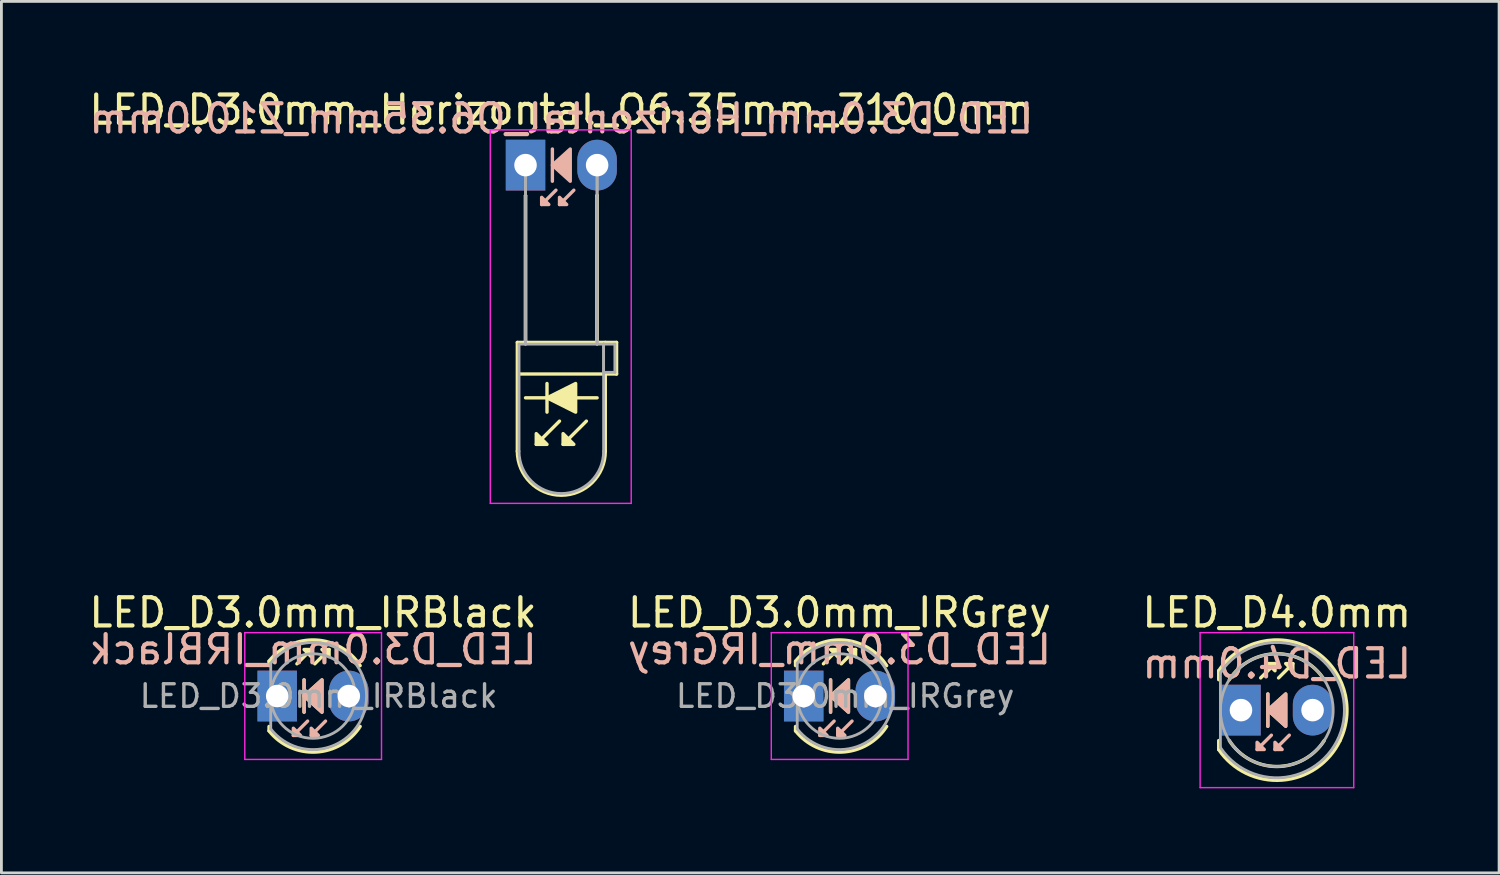
<source format=kicad_pcb>
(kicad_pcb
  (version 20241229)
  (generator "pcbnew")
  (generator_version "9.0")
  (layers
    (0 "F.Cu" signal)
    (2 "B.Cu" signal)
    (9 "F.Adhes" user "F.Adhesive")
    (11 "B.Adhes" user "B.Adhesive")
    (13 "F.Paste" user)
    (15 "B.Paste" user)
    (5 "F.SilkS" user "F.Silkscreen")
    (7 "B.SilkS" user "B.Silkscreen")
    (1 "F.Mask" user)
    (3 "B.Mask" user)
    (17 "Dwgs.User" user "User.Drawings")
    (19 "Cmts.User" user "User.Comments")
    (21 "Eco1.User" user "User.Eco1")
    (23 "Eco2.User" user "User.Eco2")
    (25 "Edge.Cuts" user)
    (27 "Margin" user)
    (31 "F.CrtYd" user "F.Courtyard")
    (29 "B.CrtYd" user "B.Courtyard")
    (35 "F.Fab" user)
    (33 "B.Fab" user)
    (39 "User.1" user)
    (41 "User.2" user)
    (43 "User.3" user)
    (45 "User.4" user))
  (footprint "LED_D3.0mm_Horizontal_O6.35mm_Z10.0mm"
    (layer "F.Cu")
    (at 15.593 2.808)
    (property "Reference" "LED_D3.0mm_Horizontal_O6.35mm_Z10.0mm" (at 1.27 -1.96 0) (layer "F.SilkS") (effects (font (size 1 1) (thickness 0.15))))
    (fp_line (start -0.29 6.29) (end -0.29 10.15) (stroke (width 0.12) (type solid)) (layer "F.SilkS"))
    (fp_line (start -0.29 6.29) (end 2.83 6.29) (stroke (width 0.12) (type solid)) (layer "F.SilkS"))
    (fp_line (start 0 1.08) (end 0 1.08) (stroke (width 0.12) (type solid)) (layer "F.SilkS"))
    (fp_line (start 0 1.08) (end 0 6.29) (stroke (width 0.12) (type solid)) (layer "F.SilkS"))
    (fp_line (start 0 6.29) (end 0 1.08) (stroke (width 0.12) (type solid)) (layer "F.SilkS"))
    (fp_line (start 0 6.29) (end 0 6.29) (stroke (width 0.12) (type solid)) (layer "F.SilkS"))
    (fp_line (start 0.762 7.747) (end 0.762 8.763) (stroke (width 0.12) (type solid)) (layer "F.SilkS"))
    (fp_line (start 1.206 9.081) (end 0.381 9.906) (stroke (width 0.12) (type solid)) (layer "F.SilkS"))
    (fp_line (start 2.159 9.081) (end 1.333 9.906) (stroke (width 0.12) (type solid)) (layer "F.SilkS"))
    (fp_line (start 2.54 1.08) (end 2.54 1.08) (stroke (width 0.12) (type solid)) (layer "F.SilkS"))
    (fp_line (start 2.54 1.08) (end 2.54 6.29) (stroke (width 0.12) (type solid)) (layer "F.SilkS"))
    (fp_line (start 2.54 6.29) (end 2.54 1.08) (stroke (width 0.12) (type solid)) (layer "F.SilkS"))
    (fp_line (start 2.54 6.29) (end 2.54 6.29) (stroke (width 0.12) (type solid)) (layer "F.SilkS"))
    (fp_line (start 2.54 8.255) (end 0 8.255) (stroke (width 0.12) (type solid)) (layer "F.SilkS"))
    (fp_line (start 2.83 6.29) (end 3.23 6.29) (stroke (width 0.12) (type solid)) (layer "F.SilkS"))
    (fp_line (start 2.83 7.41) (end 2.83 10.15) (stroke (width 0.12) (type solid)) (layer "F.SilkS"))
    (fp_line (start 3.23 6.29) (end 3.23 7.41) (stroke (width 0.12) (type solid)) (layer "F.SilkS"))
    (fp_line (start 3.23 7.41) (end -0.254 7.41) (stroke (width 0.12) (type solid)) (layer "F.SilkS"))
    (fp_arc (start 2.83 10.15) (mid 1.27 11.71) (end -0.29 10.15) (stroke (width 0.12) (type solid)) (layer "F.SilkS"))
    (fp_poly (pts (xy 0.381 9.525) (xy 0.762 9.906) (xy 0.381 9.906)) (stroke (width 0.12) (type solid)) (fill yes) (layer "F.SilkS"))
    (fp_poly (pts (xy 1.333 9.525) (xy 1.714 9.906) (xy 1.333 9.906)) (stroke (width 0.12) (type solid)) (fill yes) (layer "F.SilkS"))
    (fp_poly (pts (xy 1.778 8.763) (xy 0.762 8.255) (xy 1.778 7.747)) (stroke (width 0.12) (type solid)) (fill yes) (layer "F.SilkS"))
    (fp_line (start 0.953 -0.572) (end 0.953 0.572) (stroke (width 0.12) (type solid)) (layer "B.SilkS"))
    (fp_line (start 1.079 0.889) (end 0.572 1.397) (stroke (width 0.12) (type solid)) (layer "B.SilkS"))
    (fp_line (start 1.714 0.889) (end 1.206 1.397) (stroke (width 0.12) (type solid)) (layer "B.SilkS"))
    (fp_poly (pts (xy 0.572 1.143) (xy 0.826 1.397) (xy 0.572 1.397)) (stroke (width 0.12) (type solid)) (fill yes) (layer "B.SilkS"))
    (fp_poly (pts (xy 1.206 1.143) (xy 1.46 1.397) (xy 1.206 1.397)) (stroke (width 0.12) (type solid)) (fill yes) (layer "B.SilkS"))
    (fp_poly (pts (xy 1.587 0.572) (xy 0.953 0) (xy 1.587 -0.572)) (stroke (width 0.12) (type solid)) (fill yes) (layer "B.SilkS"))
    (fp_line (start -1.25 -1.25) (end -1.25 12) (stroke (width 0.05) (type solid)) (layer "F.CrtYd"))
    (fp_line (start -1.25 12) (end 3.75 12) (stroke (width 0.05) (type solid)) (layer "F.CrtYd"))
    (fp_line (start 3.75 -1.25) (end -1.25 -1.25) (stroke (width 0.05) (type solid)) (layer "F.CrtYd"))
    (fp_line (start 3.75 12) (end 3.75 -1.25) (stroke (width 0.05) (type solid)) (layer "F.CrtYd"))
    (fp_line (start -0.23 6.35) (end -0.23 10.15) (stroke (width 0.1) (type solid)) (layer "F.Fab"))
    (fp_line (start -0.23 6.35) (end 2.77 6.35) (stroke (width 0.1) (type solid)) (layer "F.Fab"))
    (fp_line (start 0 0) (end 0 0) (stroke (width 0.1) (type solid)) (layer "F.Fab"))
    (fp_line (start 0 0) (end 0 6.35) (stroke (width 0.1) (type solid)) (layer "F.Fab"))
    (fp_line (start 0 6.35) (end 0 0) (stroke (width 0.1) (type solid)) (layer "F.Fab"))
    (fp_line (start 0 6.35) (end 0 6.35) (stroke (width 0.1) (type solid)) (layer "F.Fab"))
    (fp_line (start 2.54 0) (end 2.54 0) (stroke (width 0.1) (type solid)) (layer "F.Fab"))
    (fp_line (start 2.54 0) (end 2.54 6.35) (stroke (width 0.1) (type solid)) (layer "F.Fab"))
    (fp_line (start 2.54 6.35) (end 2.54 0) (stroke (width 0.1) (type solid)) (layer "F.Fab"))
    (fp_line (start 2.54 6.35) (end 2.54 6.35) (stroke (width 0.1) (type solid)) (layer "F.Fab"))
    (fp_line (start 2.77 6.35) (end 2.77 10.15) (stroke (width 0.1) (type solid)) (layer "F.Fab"))
    (fp_line (start 2.77 6.35) (end 3.17 6.35) (stroke (width 0.1) (type solid)) (layer "F.Fab"))
    (fp_line (start 2.77 7.35) (end 2.77 6.35) (stroke (width 0.1) (type solid)) (layer "F.Fab"))
    (fp_line (start 3.17 6.35) (end 3.17 7.35) (stroke (width 0.1) (type solid)) (layer "F.Fab"))
    (fp_line (start 3.17 7.35) (end 2.77 7.35) (stroke (width 0.1) (type solid)) (layer "F.Fab"))
    (fp_arc (start 2.77 10.15) (mid 1.27 11.65) (end -0.23 10.15) (stroke (width 0.1) (type solid)) (layer "F.Fab"))
    (fp_text user "${REFERENCE}" (at 1.27 -1.651 0) (layer "B.SilkS") (effects (font (size 1 1) (thickness 0.15)) (justify mirror)))
    (pad "1" thru_hole rect (at 0 0) (size 1.4 1.8) (drill 0.8) (layers "*.Cu" "*.Mask"))
    (pad "2" thru_hole oval (at 2.54 0) (size 1.4 1.8) (drill 0.8) (layers "*.Cu" "*.Mask")))
  (footprint "LED_D3.0mm_IRBlack"
    (layer "F.Cu")
    (at 6.784 21.642)
    (property "Reference" "LED_D3.0mm_IRBlack" (at 1.27 -2.96 0) (layer "F.SilkS") (effects (font (size 1 1) (thickness 0.15))))
    (fp_line (start -0.29 -1.236) (end -0.29 -1.08) (stroke (width 0.12) (type solid)) (layer "F.SilkS"))
    (fp_line (start -0.29 1.08) (end -0.29 1.236) (stroke (width 0.12) (type solid)) (layer "F.SilkS"))
    (fp_line (start 0.699 -1.143) (end 1.206 -1.651) (stroke (width 0.12) (type solid)) (layer "F.SilkS"))
    (fp_line (start 0.953 -0.572) (end 0.953 0.572) (stroke (width 0.12) (type solid)) (layer "F.SilkS"))
    (fp_line (start 1.333 -1.143) (end 1.841 -1.651) (stroke (width 0.12) (type solid)) (layer "F.SilkS"))
    (fp_arc (start -0.29 -1.235516) (mid 1.366487 -1.987659) (end 2.942335 -1.078608) (stroke (width 0.12) (type solid)) (layer "F.SilkS"))
    (fp_arc (start 2.942335 1.078608) (mid 1.366487 1.987659) (end -0.29 1.235516) (stroke (width 0.12) (type solid)) (layer "F.SilkS"))
    (fp_poly (pts (xy 1.206 -1.397) (xy 0.953 -1.651) (xy 1.206 -1.651)) (stroke (width 0.12) (type solid)) (fill yes) (layer "F.SilkS"))
    (fp_poly (pts (xy 1.587 0.572) (xy 0.953 0) (xy 1.587 -0.572)) (stroke (width 0.12) (type solid)) (fill yes) (layer "F.SilkS"))
    (fp_poly (pts (xy 1.841 -1.397) (xy 1.587 -1.651) (xy 1.841 -1.651)) (stroke (width 0.12) (type solid)) (fill yes) (layer "F.SilkS"))
    (fp_line (start 0.953 -0.572) (end 0.953 0.572) (stroke (width 0.12) (type solid)) (layer "B.SilkS"))
    (fp_line (start 1.079 0.889) (end 0.572 1.397) (stroke (width 0.12) (type solid)) (layer "B.SilkS"))
    (fp_line (start 1.714 0.889) (end 1.206 1.397) (stroke (width 0.12) (type solid)) (layer "B.SilkS"))
    (fp_poly (pts (xy 0.572 1.143) (xy 0.826 1.397) (xy 0.572 1.397)) (stroke (width 0.12) (type solid)) (fill yes) (layer "B.SilkS"))
    (fp_poly (pts (xy 1.206 1.143) (xy 1.46 1.397) (xy 1.206 1.397)) (stroke (width 0.12) (type solid)) (fill yes) (layer "B.SilkS"))
    (fp_poly (pts (xy 1.587 0.572) (xy 0.953 0) (xy 1.587 -0.572)) (stroke (width 0.12) (type solid)) (fill yes) (layer "B.SilkS"))
    (fp_line (start -1.15 -2.25) (end -1.15 2.25) (stroke (width 0.05) (type solid)) (layer "F.CrtYd"))
    (fp_line (start -1.15 2.25) (end 3.7 2.25) (stroke (width 0.05) (type solid)) (layer "F.CrtYd"))
    (fp_line (start 3.7 -2.25) (end -1.15 -2.25) (stroke (width 0.05) (type solid)) (layer "F.CrtYd"))
    (fp_line (start 3.7 2.25) (end 3.7 -2.25) (stroke (width 0.05) (type solid)) (layer "F.CrtYd"))
    (fp_line (start -0.23 -1.166) (end -0.23 1.166) (stroke (width 0.1) (type solid)) (layer "F.Fab"))
    (fp_arc (start -0.23 -1.16619) (mid 3.17 0.000452) (end -0.230555 1.165476) (stroke (width 0.1) (type solid)) (layer "F.Fab"))
    (fp_circle (center 1.27 0) (end 2.77 0) (stroke (width 0.1) (type solid)) (fill no) (layer "F.Fab"))
    (fp_text user "${REFERENCE}" (at 1.27 -1.651 0) (layer "B.SilkS") (effects (font (size 1 1) (thickness 0.15)) (justify mirror)))
    (fp_text user "${REFERENCE}" (at 1.47 0 0) (layer "F.Fab") (effects (font (size 0.8 0.8) (thickness 0.12))))
    (pad "1" thru_hole rect (at 0 0) (size 1.4 1.8) (drill 0.8) (layers "*.Cu" "*.Mask"))
    (pad "2" thru_hole oval (at 2.54 0) (size 1.4 1.8) (drill 0.8) (layers "*.Cu" "*.Mask")))
  (footprint "LED_D3.0mm_IRGrey"
    (layer "F.Cu")
    (at 25.462 21.642)
    (property "Reference" "LED_D3.0mm_IRGrey" (at 1.27 -2.96 0) (layer "F.SilkS") (effects (font (size 1 1) (thickness 0.15))))
    (fp_line (start -0.29 -1.236) (end -0.29 -1.08) (stroke (width 0.12) (type solid)) (layer "F.SilkS"))
    (fp_line (start -0.29 1.08) (end -0.29 1.236) (stroke (width 0.12) (type solid)) (layer "F.SilkS"))
    (fp_line (start 0.699 -1.143) (end 1.206 -1.651) (stroke (width 0.12) (type solid)) (layer "F.SilkS"))
    (fp_line (start 0.953 -0.572) (end 0.953 0.572) (stroke (width 0.12) (type solid)) (layer "F.SilkS"))
    (fp_line (start 1.333 -1.143) (end 1.841 -1.651) (stroke (width 0.12) (type solid)) (layer "F.SilkS"))
    (fp_arc (start -0.29 -1.235516) (mid 1.366487 -1.987659) (end 2.942335 -1.078608) (stroke (width 0.12) (type solid)) (layer "F.SilkS"))
    (fp_arc (start 2.942335 1.078608) (mid 1.366487 1.987659) (end -0.29 1.235516) (stroke (width 0.12) (type solid)) (layer "F.SilkS"))
    (fp_poly (pts (xy 1.206 -1.397) (xy 0.953 -1.651) (xy 1.206 -1.651)) (stroke (width 0.12) (type solid)) (fill yes) (layer "F.SilkS"))
    (fp_poly (pts (xy 1.587 0.572) (xy 0.953 0) (xy 1.587 -0.572)) (stroke (width 0.12) (type solid)) (fill yes) (layer "F.SilkS"))
    (fp_poly (pts (xy 1.841 -1.397) (xy 1.587 -1.651) (xy 1.841 -1.651)) (stroke (width 0.12) (type solid)) (fill yes) (layer "F.SilkS"))
    (fp_line (start 0.953 -0.572) (end 0.953 0.572) (stroke (width 0.12) (type solid)) (layer "B.SilkS"))
    (fp_line (start 1.079 0.889) (end 0.572 1.397) (stroke (width 0.12) (type solid)) (layer "B.SilkS"))
    (fp_line (start 1.714 0.889) (end 1.206 1.397) (stroke (width 0.12) (type solid)) (layer "B.SilkS"))
    (fp_poly (pts (xy 0.572 1.143) (xy 0.826 1.397) (xy 0.572 1.397)) (stroke (width 0.12) (type solid)) (fill yes) (layer "B.SilkS"))
    (fp_poly (pts (xy 1.206 1.143) (xy 1.46 1.397) (xy 1.206 1.397)) (stroke (width 0.12) (type solid)) (fill yes) (layer "B.SilkS"))
    (fp_poly (pts (xy 1.587 0.572) (xy 0.953 0) (xy 1.587 -0.572)) (stroke (width 0.12) (type solid)) (fill yes) (layer "B.SilkS"))
    (fp_line (start -1.15 -2.25) (end -1.15 2.25) (stroke (width 0.05) (type solid)) (layer "F.CrtYd"))
    (fp_line (start -1.15 2.25) (end 3.7 2.25) (stroke (width 0.05) (type solid)) (layer "F.CrtYd"))
    (fp_line (start 3.7 -2.25) (end -1.15 -2.25) (stroke (width 0.05) (type solid)) (layer "F.CrtYd"))
    (fp_line (start 3.7 2.25) (end 3.7 -2.25) (stroke (width 0.05) (type solid)) (layer "F.CrtYd"))
    (fp_line (start -0.23 -1.166) (end -0.23 1.166) (stroke (width 0.1) (type solid)) (layer "F.Fab"))
    (fp_arc (start -0.23 -1.16619) (mid 3.17 0.000452) (end -0.230555 1.165476) (stroke (width 0.1) (type solid)) (layer "F.Fab"))
    (fp_circle (center 1.27 0) (end 2.77 0) (stroke (width 0.1) (type solid)) (fill no) (layer "F.Fab"))
    (fp_text user "${REFERENCE}" (at 1.27 -1.651 0) (layer "B.SilkS") (effects (font (size 1 1) (thickness 0.15)) (justify mirror)))
    (fp_text user "${REFERENCE}" (at 1.47 0 0) (layer "F.Fab") (effects (font (size 0.8 0.8) (thickness 0.12))))
    (pad "1" thru_hole rect (at 0 0) (size 1.4 1.8) (drill 0.8) (layers "*.Cu" "*.Mask"))
    (pad "2" thru_hole oval (at 2.54 0) (size 1.4 1.8) (drill 0.8) (layers "*.Cu" "*.Mask")))
  (footprint "LED_D4.0mm"
    (layer "F.Cu")
    (at 40.974 22.142)
    (property "Reference" "LED_D4.0mm" (at 1.27 -3.46 0) (layer "F.SilkS") (effects (font (size 1 1) (thickness 0.15))))
    (fp_line (start -0.79 -1.399) (end -0.79 -1.08) (stroke (width 0.12) (type solid)) (layer "F.SilkS"))
    (fp_line (start -0.79 1.08) (end -0.79 1.399) (stroke (width 0.12) (type solid)) (layer "F.SilkS"))
    (fp_line (start 0.699 -1.143) (end 1.206 -1.651) (stroke (width 0.12) (type solid)) (layer "F.SilkS"))
    (fp_line (start 0.953 -0.572) (end 0.953 0.572) (stroke (width 0.12) (type solid)) (layer "F.SilkS"))
    (fp_line (start 1.333 -1.143) (end 1.841 -1.651) (stroke (width 0.12) (type solid)) (layer "F.SilkS"))
    (fp_arc (start -0.79 -1.398749) (mid 2.513104 -2.157467) (end 3.513242 1.080724) (stroke (width 0.12) (type solid)) (layer "F.SilkS"))
    (fp_arc (start -0.41333 -1.08) (mid 1.269429 -2) (end 2.952713 -1.080961) (stroke (width 0.12) (type solid)) (layer "F.SilkS"))
    (fp_arc (start 2.952713 1.080961) (mid 1.269429 2) (end -0.41333 1.08) (stroke (width 0.12) (type solid)) (layer "F.SilkS"))
    (fp_arc (start 3.513242 1.080724) (mid 1.453519 2.483228) (end -0.79 1.398749) (stroke (width 0.12) (type solid)) (layer "F.SilkS"))
    (fp_poly (pts (xy 1.206 -1.397) (xy 0.953 -1.651) (xy 1.206 -1.651)) (stroke (width 0.12) (type solid)) (fill yes) (layer "F.SilkS"))
    (fp_poly (pts (xy 1.587 0.572) (xy 0.953 0) (xy 1.587 -0.572)) (stroke (width 0.12) (type solid)) (fill yes) (layer "F.SilkS"))
    (fp_poly (pts (xy 1.841 -1.397) (xy 1.587 -1.651) (xy 1.841 -1.651)) (stroke (width 0.12) (type solid)) (fill yes) (layer "F.SilkS"))
    (fp_line (start 0.953 -0.572) (end 0.953 0.572) (stroke (width 0.12) (type solid)) (layer "B.SilkS"))
    (fp_line (start 1.079 0.889) (end 0.572 1.397) (stroke (width 0.12) (type solid)) (layer "B.SilkS"))
    (fp_line (start 1.714 0.889) (end 1.206 1.397) (stroke (width 0.12) (type solid)) (layer "B.SilkS"))
    (fp_poly (pts (xy 0.572 1.143) (xy 0.826 1.397) (xy 0.572 1.397)) (stroke (width 0.12) (type solid)) (fill yes) (layer "B.SilkS"))
    (fp_poly (pts (xy 1.206 1.143) (xy 1.46 1.397) (xy 1.206 1.397)) (stroke (width 0.12) (type solid)) (fill yes) (layer "B.SilkS"))
    (fp_poly (pts (xy 1.587 0.572) (xy 0.953 0) (xy 1.587 -0.572)) (stroke (width 0.12) (type solid)) (fill yes) (layer "B.SilkS"))
    (fp_line (start -1.45 -2.75) (end -1.45 2.75) (stroke (width 0.05) (type solid)) (layer "F.CrtYd"))
    (fp_line (start -1.45 2.75) (end 4 2.75) (stroke (width 0.05) (type solid)) (layer "F.CrtYd"))
    (fp_line (start 4 -2.75) (end -1.45 -2.75) (stroke (width 0.05) (type solid)) (layer "F.CrtYd"))
    (fp_line (start 4 2.75) (end 4 -2.75) (stroke (width 0.05) (type solid)) (layer "F.CrtYd"))
    (fp_line (start -0.73 -1.327) (end -0.73 1.327) (stroke (width 0.1) (type solid)) (layer "F.Fab"))
    (fp_arc (start -0.73 -1.32665) (mid 3.67 0.000306) (end -0.730339 1.32614) (stroke (width 0.1) (type solid)) (layer "F.Fab"))
    (fp_circle (center 1.27 0) (end 3.27 0) (stroke (width 0.1) (type solid)) (fill no) (layer "F.Fab"))
    (fp_text user "${REFERENCE}" (at 1.27 -1.651 0) (layer "B.SilkS") (effects (font (size 1 1) (thickness 0.15)) (justify mirror)))
    (pad "1" thru_hole rect (at 0 0) (size 1.4 1.8) (drill 0.8) (layers "*.Cu" "*.Mask"))
    (pad "2" thru_hole oval (at 2.54 0) (size 1.4 1.8) (drill 0.8) (layers "*.Cu" "*.Mask")))
  (gr_rect
    (start -3 -3)
    (end 50.131 27.916)
    (stroke (width 0.1) (type default))
    (fill no)
    (layer "Edge.Cuts")))
</source>
